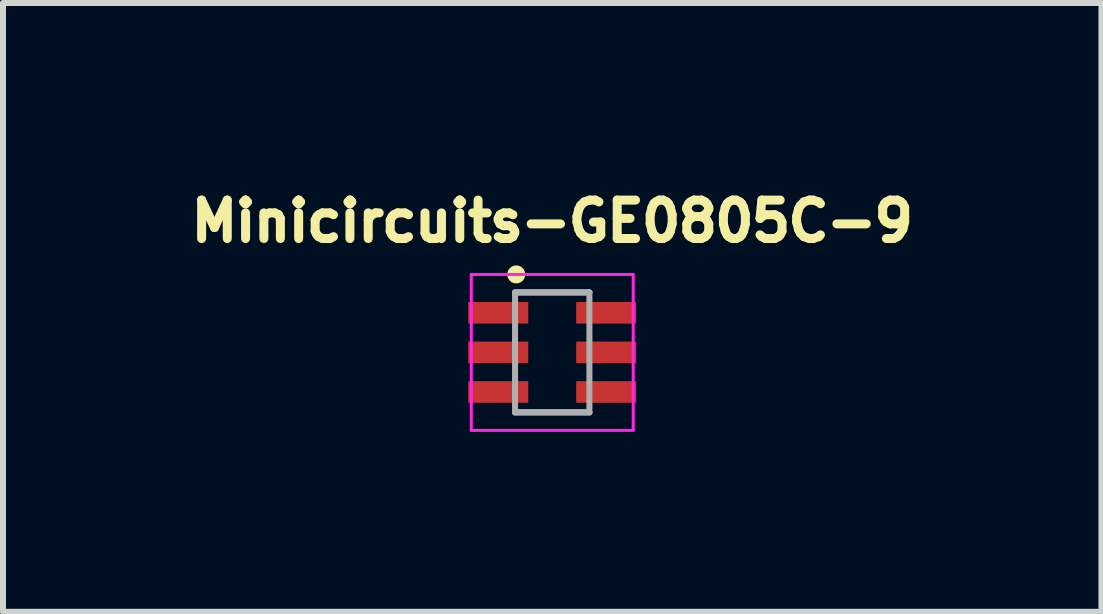
<source format=kicad_pcb>
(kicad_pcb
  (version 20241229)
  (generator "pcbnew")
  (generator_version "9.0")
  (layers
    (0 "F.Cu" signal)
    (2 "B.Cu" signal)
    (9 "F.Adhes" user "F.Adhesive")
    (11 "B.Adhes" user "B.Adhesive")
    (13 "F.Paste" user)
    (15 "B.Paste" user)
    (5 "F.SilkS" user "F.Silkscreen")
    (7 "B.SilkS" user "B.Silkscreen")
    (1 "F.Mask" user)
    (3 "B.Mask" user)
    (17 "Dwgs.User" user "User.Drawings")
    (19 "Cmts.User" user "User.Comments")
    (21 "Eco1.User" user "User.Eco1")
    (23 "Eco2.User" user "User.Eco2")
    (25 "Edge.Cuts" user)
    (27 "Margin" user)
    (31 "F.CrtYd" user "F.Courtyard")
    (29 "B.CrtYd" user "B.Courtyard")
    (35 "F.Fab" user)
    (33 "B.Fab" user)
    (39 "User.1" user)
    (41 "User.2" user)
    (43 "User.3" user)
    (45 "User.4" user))
  (footprint "Minicircuits-GE0805C-9"
    (layer "F.Cu")
    (at 6.157 2.825)
    (property "Reference" "Minicircuits-GE0805C-9" (at -0.000002 -2.187 0) (layer "F.SilkS") (effects (font (size 0.641 0.641) (thickness 0.15))))
    (attr through_hole)
    (fp_line (start -0.62 -1) (end 0.62 -1) (stroke (width 0.1) (type solid)) (layer "F.SilkS"))
    (fp_line (start 0.62 1) (end -0.62 1) (stroke (width 0.1) (type solid)) (layer "F.SilkS"))
    (fp_circle (center -0.6 -1.3) (end -0.5 -1.3) (stroke (width 0.1) (type solid)) (fill yes) (layer "F.SilkS"))
    (fp_line (start -1.35 -1.3) (end 1.35 -1.3) (stroke (width 0.05) (type solid)) (layer "F.CrtYd"))
    (fp_line (start -1.35 1.3) (end -1.35 -1.3) (stroke (width 0.05) (type solid)) (layer "F.CrtYd"))
    (fp_line (start 1.35 -1.3) (end 1.35 1.3) (stroke (width 0.05) (type solid)) (layer "F.CrtYd"))
    (fp_line (start 1.35 1.3) (end -1.35 1.3) (stroke (width 0.05) (type solid)) (layer "F.CrtYd"))
    (fp_line (start -0.62 -1) (end 0.62 -1) (stroke (width 0.1) (type solid)) (layer "F.Fab"))
    (fp_line (start -0.62 1) (end -0.62 -1) (stroke (width 0.1) (type solid)) (layer "F.Fab"))
    (fp_line (start 0.62 -1) (end 0.62 1) (stroke (width 0.1) (type solid)) (layer "F.Fab"))
    (fp_line (start 0.62 1) (end -0.62 1) (stroke (width 0.1) (type solid)) (layer "F.Fab"))
    (pad "1" smd rect (at -0.9 -0.66) (size 1 0.36) (layers "F.Cu" "F.Mask" "F.Paste"))
    (pad "2" smd rect (at -0.9 0) (size 1 0.36) (layers "F.Cu" "F.Mask" "F.Paste"))
    (pad "3" smd rect (at -0.9 0.66) (size 1 0.36) (layers "F.Cu" "F.Mask" "F.Paste"))
    (pad "4" smd rect (at 0.9 0.66) (size 1 0.36) (layers "F.Cu" "F.Mask" "F.Paste"))
    (pad "5" smd rect (at 0.9 0) (size 1 0.36) (layers "F.Cu" "F.Mask" "F.Paste"))
    (pad "6" smd rect (at 0.9 -0.66) (size 1 0.36) (layers "F.Cu" "F.Mask" "F.Paste")))
  (gr_rect
    (start -3 -3)
    (end 15.314 7.15)
    (stroke (width 0.1) (type default))
    (fill no)
    (layer "Edge.Cuts")))
</source>
